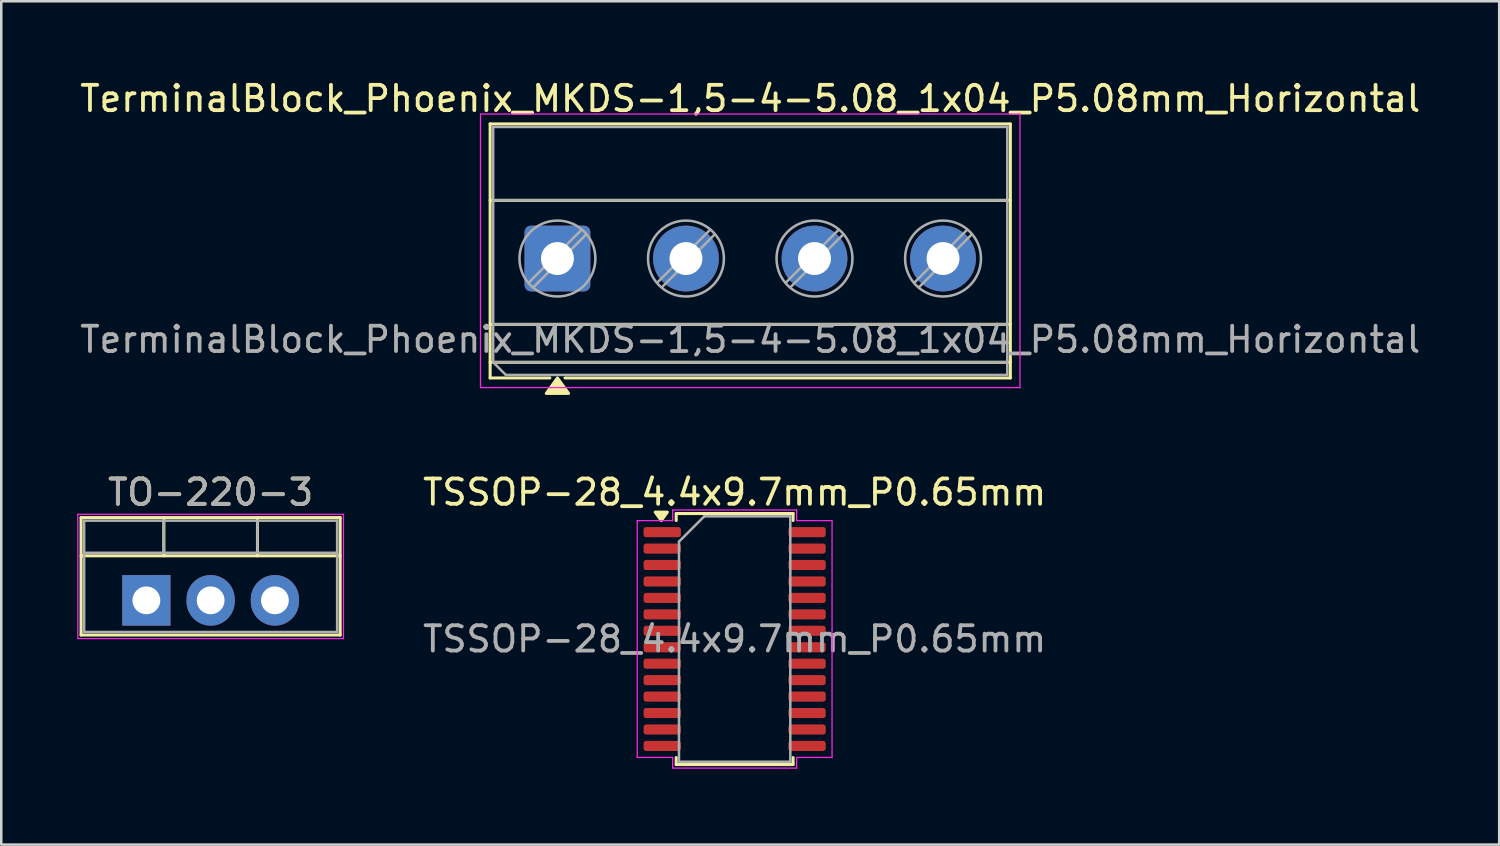
<source format=kicad_pcb>
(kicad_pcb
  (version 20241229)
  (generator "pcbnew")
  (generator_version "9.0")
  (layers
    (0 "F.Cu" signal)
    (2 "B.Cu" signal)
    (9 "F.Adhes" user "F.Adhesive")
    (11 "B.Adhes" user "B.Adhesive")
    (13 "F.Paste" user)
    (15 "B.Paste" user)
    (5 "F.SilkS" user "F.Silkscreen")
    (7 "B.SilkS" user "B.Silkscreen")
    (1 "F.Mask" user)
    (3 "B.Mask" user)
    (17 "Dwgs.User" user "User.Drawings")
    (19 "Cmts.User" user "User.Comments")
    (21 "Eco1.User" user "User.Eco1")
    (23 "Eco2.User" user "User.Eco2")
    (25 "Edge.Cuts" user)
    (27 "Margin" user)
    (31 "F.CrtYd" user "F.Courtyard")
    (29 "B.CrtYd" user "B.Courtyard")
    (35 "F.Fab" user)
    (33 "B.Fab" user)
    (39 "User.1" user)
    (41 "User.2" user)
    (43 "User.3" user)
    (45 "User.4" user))
  (footprint "TSSOP-28_4.4x9.7mm_P0.65mm"
    (layer "F.Cu")
    (at 25.985 22.206)
    (property "Reference" "TSSOP-28_4.4x9.7mm_P0.65mm" (at 0 -5.8 0) (layer "F.SilkS") (effects (font (size 1 1) (thickness 0.15))))
    (attr smd)
    (fp_line (start -2.31 -4.96) (end -2.31 -4.685) (stroke (width 0.12) (type solid)) (layer "F.SilkS"))
    (fp_line (start -2.31 4.96) (end -2.31 4.685) (stroke (width 0.12) (type solid)) (layer "F.SilkS"))
    (fp_line (start 0 -4.96) (end -2.31 -4.96) (stroke (width 0.12) (type solid)) (layer "F.SilkS"))
    (fp_line (start 0 -4.96) (end 2.31 -4.96) (stroke (width 0.12) (type solid)) (layer "F.SilkS"))
    (fp_line (start 0 4.96) (end -2.31 4.96) (stroke (width 0.12) (type solid)) (layer "F.SilkS"))
    (fp_line (start 0 4.96) (end 2.31 4.96) (stroke (width 0.12) (type solid)) (layer "F.SilkS"))
    (fp_line (start 2.31 -4.96) (end 2.31 -4.685) (stroke (width 0.12) (type solid)) (layer "F.SilkS"))
    (fp_line (start 2.31 4.96) (end 2.31 4.685) (stroke (width 0.12) (type solid)) (layer "F.SilkS"))
    (fp_poly (pts (xy -2.9 -4.685) (xy -3.14 -5.015) (xy -2.66 -5.015)) (stroke (width 0.12) (type solid)) (fill yes) (layer "F.SilkS"))
    (fp_line (start -3.85 -4.68) (end -2.45 -4.68) (stroke (width 0.05) (type solid)) (layer "F.CrtYd"))
    (fp_line (start -3.85 4.68) (end -3.85 -4.68) (stroke (width 0.05) (type solid)) (layer "F.CrtYd"))
    (fp_line (start -2.45 -5.1) (end 2.45 -5.1) (stroke (width 0.05) (type solid)) (layer "F.CrtYd"))
    (fp_line (start -2.45 -4.68) (end -2.45 -5.1) (stroke (width 0.05) (type solid)) (layer "F.CrtYd"))
    (fp_line (start -2.45 4.68) (end -3.85 4.68) (stroke (width 0.05) (type solid)) (layer "F.CrtYd"))
    (fp_line (start -2.45 5.1) (end -2.45 4.68) (stroke (width 0.05) (type solid)) (layer "F.CrtYd"))
    (fp_line (start 2.45 -5.1) (end 2.45 -4.68) (stroke (width 0.05) (type solid)) (layer "F.CrtYd"))
    (fp_line (start 2.45 -4.68) (end 3.85 -4.68) (stroke (width 0.05) (type solid)) (layer "F.CrtYd"))
    (fp_line (start 2.45 4.68) (end 2.45 5.1) (stroke (width 0.05) (type solid)) (layer "F.CrtYd"))
    (fp_line (start 2.45 5.1) (end -2.45 5.1) (stroke (width 0.05) (type solid)) (layer "F.CrtYd"))
    (fp_line (start 3.85 -4.68) (end 3.85 4.68) (stroke (width 0.05) (type solid)) (layer "F.CrtYd"))
    (fp_line (start 3.85 4.68) (end 2.45 4.68) (stroke (width 0.05) (type solid)) (layer "F.CrtYd"))
    (fp_line (start -2.2 -3.85) (end -1.2 -4.85) (stroke (width 0.1) (type solid)) (layer "F.Fab"))
    (fp_line (start -2.2 4.85) (end -2.2 -3.85) (stroke (width 0.1) (type solid)) (layer "F.Fab"))
    (fp_line (start -1.2 -4.85) (end 2.2 -4.85) (stroke (width 0.1) (type solid)) (layer "F.Fab"))
    (fp_line (start 2.2 -4.85) (end 2.2 4.85) (stroke (width 0.1) (type solid)) (layer "F.Fab"))
    (fp_line (start 2.2 4.85) (end -2.2 4.85) (stroke (width 0.1) (type solid)) (layer "F.Fab"))
    (fp_text user "${REFERENCE}" (at 0 0 0) (layer "F.Fab") (effects (font (size 1 1) (thickness 0.15))))
    (pad "1" smd roundrect (at -2.862 -4.225) (size 1.475 0.4) (layers "F.Cu" "F.Mask" "F.Paste") (roundrect_rratio 0.25))
    (pad "2" smd roundrect (at -2.862 -3.575) (size 1.475 0.4) (layers "F.Cu" "F.Mask" "F.Paste") (roundrect_rratio 0.25))
    (pad "3" smd roundrect (at -2.862 -2.925) (size 1.475 0.4) (layers "F.Cu" "F.Mask" "F.Paste") (roundrect_rratio 0.25))
    (pad "4" smd roundrect (at -2.862 -2.275) (size 1.475 0.4) (layers "F.Cu" "F.Mask" "F.Paste") (roundrect_rratio 0.25))
    (pad "5" smd roundrect (at -2.862 -1.625) (size 1.475 0.4) (layers "F.Cu" "F.Mask" "F.Paste") (roundrect_rratio 0.25))
    (pad "6" smd roundrect (at -2.862 -0.975) (size 1.475 0.4) (layers "F.Cu" "F.Mask" "F.Paste") (roundrect_rratio 0.25))
    (pad "7" smd roundrect (at -2.862 -0.325) (size 1.475 0.4) (layers "F.Cu" "F.Mask" "F.Paste") (roundrect_rratio 0.25))
    (pad "8" smd roundrect (at -2.862 0.325) (size 1.475 0.4) (layers "F.Cu" "F.Mask" "F.Paste") (roundrect_rratio 0.25))
    (pad "9" smd roundrect (at -2.862 0.975) (size 1.475 0.4) (layers "F.Cu" "F.Mask" "F.Paste") (roundrect_rratio 0.25))
    (pad "10" smd roundrect (at -2.862 1.625) (size 1.475 0.4) (layers "F.Cu" "F.Mask" "F.Paste") (roundrect_rratio 0.25))
    (pad "11" smd roundrect (at -2.862 2.275) (size 1.475 0.4) (layers "F.Cu" "F.Mask" "F.Paste") (roundrect_rratio 0.25))
    (pad "12" smd roundrect (at -2.862 2.925) (size 1.475 0.4) (layers "F.Cu" "F.Mask" "F.Paste") (roundrect_rratio 0.25))
    (pad "13" smd roundrect (at -2.862 3.575) (size 1.475 0.4) (layers "F.Cu" "F.Mask" "F.Paste") (roundrect_rratio 0.25))
    (pad "14" smd roundrect (at -2.862 4.225) (size 1.475 0.4) (layers "F.Cu" "F.Mask" "F.Paste") (roundrect_rratio 0.25))
    (pad "15" smd roundrect (at 2.862 4.225) (size 1.475 0.4) (layers "F.Cu" "F.Mask" "F.Paste") (roundrect_rratio 0.25))
    (pad "16" smd roundrect (at 2.862 3.575) (size 1.475 0.4) (layers "F.Cu" "F.Mask" "F.Paste") (roundrect_rratio 0.25))
    (pad "17" smd roundrect (at 2.862 2.925) (size 1.475 0.4) (layers "F.Cu" "F.Mask" "F.Paste") (roundrect_rratio 0.25))
    (pad "18" smd roundrect (at 2.862 2.275) (size 1.475 0.4) (layers "F.Cu" "F.Mask" "F.Paste") (roundrect_rratio 0.25))
    (pad "19" smd roundrect (at 2.862 1.625) (size 1.475 0.4) (layers "F.Cu" "F.Mask" "F.Paste") (roundrect_rratio 0.25))
    (pad "20" smd roundrect (at 2.862 0.975) (size 1.475 0.4) (layers "F.Cu" "F.Mask" "F.Paste") (roundrect_rratio 0.25))
    (pad "21" smd roundrect (at 2.862 0.325) (size 1.475 0.4) (layers "F.Cu" "F.Mask" "F.Paste") (roundrect_rratio 0.25))
    (pad "22" smd roundrect (at 2.862 -0.325) (size 1.475 0.4) (layers "F.Cu" "F.Mask" "F.Paste") (roundrect_rratio 0.25))
    (pad "23" smd roundrect (at 2.862 -0.975) (size 1.475 0.4) (layers "F.Cu" "F.Mask" "F.Paste") (roundrect_rratio 0.25))
    (pad "24" smd roundrect (at 2.862 -1.625) (size 1.475 0.4) (layers "F.Cu" "F.Mask" "F.Paste") (roundrect_rratio 0.25))
    (pad "25" smd roundrect (at 2.862 -2.275) (size 1.475 0.4) (layers "F.Cu" "F.Mask" "F.Paste") (roundrect_rratio 0.25))
    (pad "26" smd roundrect (at 2.862 -2.925) (size 1.475 0.4) (layers "F.Cu" "F.Mask" "F.Paste") (roundrect_rratio 0.25))
    (pad "27" smd roundrect (at 2.862 -3.575) (size 1.475 0.4) (layers "F.Cu" "F.Mask" "F.Paste") (roundrect_rratio 0.25))
    (pad "28" smd roundrect (at 2.862 -4.225) (size 1.475 0.4) (layers "F.Cu" "F.Mask" "F.Paste") (roundrect_rratio 0.25)))
  (footprint "TO-220-3"
    (layer "F.Cu")
    (at 2.735 20.677)
    (property "Reference" "TO-220-3" (at 2.54 -4.27 0) (layer "F.SilkS") (effects (font (size 1 1) (thickness 0.15))))
    (attr through_hole)
    (fp_line (start -2.58 -3.27) (end -2.58 1.371) (stroke (width 0.12) (type solid)) (layer "F.SilkS"))
    (fp_line (start -2.58 -3.27) (end 7.66 -3.27) (stroke (width 0.12) (type solid)) (layer "F.SilkS"))
    (fp_line (start -2.58 -1.76) (end 7.66 -1.76) (stroke (width 0.12) (type solid)) (layer "F.SilkS"))
    (fp_line (start -2.58 1.371) (end 7.66 1.371) (stroke (width 0.12) (type solid)) (layer "F.SilkS"))
    (fp_line (start 0.69 -3.27) (end 0.69 -1.76) (stroke (width 0.12) (type solid)) (layer "F.SilkS"))
    (fp_line (start 4.391 -3.27) (end 4.391 -1.76) (stroke (width 0.12) (type solid)) (layer "F.SilkS"))
    (fp_line (start 7.66 -3.27) (end 7.66 1.371) (stroke (width 0.12) (type solid)) (layer "F.SilkS"))
    (fp_line (start -2.71 -3.4) (end -2.71 1.51) (stroke (width 0.05) (type solid)) (layer "F.CrtYd"))
    (fp_line (start -2.71 1.51) (end 7.79 1.51) (stroke (width 0.05) (type solid)) (layer "F.CrtYd"))
    (fp_line (start 7.79 -3.4) (end -2.71 -3.4) (stroke (width 0.05) (type solid)) (layer "F.CrtYd"))
    (fp_line (start 7.79 1.51) (end 7.79 -3.4) (stroke (width 0.05) (type solid)) (layer "F.CrtYd"))
    (fp_line (start -2.46 -3.15) (end -2.46 1.25) (stroke (width 0.1) (type solid)) (layer "F.Fab"))
    (fp_line (start -2.46 -1.88) (end 7.54 -1.88) (stroke (width 0.1) (type solid)) (layer "F.Fab"))
    (fp_line (start -2.46 1.25) (end 7.54 1.25) (stroke (width 0.1) (type solid)) (layer "F.Fab"))
    (fp_line (start 0.69 -3.15) (end 0.69 -1.88) (stroke (width 0.1) (type solid)) (layer "F.Fab"))
    (fp_line (start 4.39 -3.15) (end 4.39 -1.88) (stroke (width 0.1) (type solid)) (layer "F.Fab"))
    (fp_line (start 7.54 -3.15) (end -2.46 -3.15) (stroke (width 0.1) (type solid)) (layer "F.Fab"))
    (fp_line (start 7.54 1.25) (end 7.54 -3.15) (stroke (width 0.1) (type solid)) (layer "F.Fab"))
    (fp_text user "${REFERENCE}" (at 2.54 -4.27 0) (layer "F.Fab") (effects (font (size 1 1) (thickness 0.15))))
    (pad "1" thru_hole rect (at 0 0) (size 1.905 2) (drill 1.1) (layers "*.Cu" "*.Mask"))
    (pad "2" thru_hole oval (at 2.54 0) (size 1.905 2) (drill 1.1) (layers "*.Cu" "*.Mask"))
    (pad "3" thru_hole oval (at 5.08 0) (size 1.905 2) (drill 1.1) (layers "*.Cu" "*.Mask")))
  (footprint "TerminalBlock_Phoenix_MKDS-1,5-4-5.08_1x04_P5.08mm_Horizontal"
    (layer "F.Cu")
    (at 18.981 7.168)
    (property "Reference" "TerminalBlock_Phoenix_MKDS-1,5-4-5.08_1x04_P5.08mm_Horizontal" (at 7.62 -6.32 0) (layer "F.SilkS") (effects (font (size 1 1) (thickness 0.15))))
    (attr through_hole)
    (fp_line (start -2.66 -5.32) (end -2.66 4.72) (stroke (width 0.12) (type solid)) (layer "F.SilkS"))
    (fp_line (start -2.66 -5.32) (end 17.9 -5.32) (stroke (width 0.12) (type solid)) (layer "F.SilkS"))
    (fp_line (start -2.66 -2.3) (end 17.9 -2.3) (stroke (width 0.12) (type solid)) (layer "F.SilkS"))
    (fp_line (start -2.66 2.6) (end 17.9 2.6) (stroke (width 0.12) (type solid)) (layer "F.SilkS"))
    (fp_line (start -2.66 4.1) (end 17.9 4.1) (stroke (width 0.12) (type solid)) (layer "F.SilkS"))
    (fp_line (start -2.66 4.72) (end -0.3 4.72) (stroke (width 0.12) (type solid)) (layer "F.SilkS"))
    (fp_line (start 0.3 4.72) (end 17.9 4.72) (stroke (width 0.12) (type solid)) (layer "F.SilkS"))
    (fp_line (start 17.9 -5.32) (end 17.9 4.72) (stroke (width 0.12) (type solid)) (layer "F.SilkS"))
    (fp_poly (pts (xy 0 4.72) (xy 0.44 5.33) (xy -0.44 5.33)) (stroke (width 0.12) (type solid)) (fill yes) (layer "F.SilkS"))
    (fp_line (start -3.04 -5.71) (end -3.04 5.1) (stroke (width 0.05) (type solid)) (layer "F.CrtYd"))
    (fp_line (start -3.04 5.1) (end 18.28 5.1) (stroke (width 0.05) (type solid)) (layer "F.CrtYd"))
    (fp_line (start 18.28 -5.71) (end -3.04 -5.71) (stroke (width 0.05) (type solid)) (layer "F.CrtYd"))
    (fp_line (start 18.28 5.1) (end 18.28 -5.71) (stroke (width 0.05) (type solid)) (layer "F.CrtYd"))
    (fp_line (start -2.54 -5.2) (end 17.78 -5.2) (stroke (width 0.1) (type solid)) (layer "F.Fab"))
    (fp_line (start -2.54 -2.3) (end 17.78 -2.3) (stroke (width 0.1) (type solid)) (layer "F.Fab"))
    (fp_line (start -2.54 2.6) (end 17.78 2.6) (stroke (width 0.1) (type solid)) (layer "F.Fab"))
    (fp_line (start -2.54 4.1) (end -2.54 -5.2) (stroke (width 0.1) (type solid)) (layer "F.Fab"))
    (fp_line (start -2.54 4.1) (end 17.78 4.1) (stroke (width 0.1) (type solid)) (layer "F.Fab"))
    (fp_line (start -2.04 4.6) (end -2.54 4.1) (stroke (width 0.1) (type solid)) (layer "F.Fab"))
    (fp_line (start 0.955 -1.138) (end -1.138 0.955) (stroke (width 0.1) (type solid)) (layer "F.Fab"))
    (fp_line (start 1.138 -0.955) (end -0.955 1.138) (stroke (width 0.1) (type solid)) (layer "F.Fab"))
    (fp_line (start 6.035 -1.138) (end 3.942 0.955) (stroke (width 0.1) (type solid)) (layer "F.Fab"))
    (fp_line (start 6.218 -0.955) (end 4.125 1.138) (stroke (width 0.1) (type solid)) (layer "F.Fab"))
    (fp_line (start 11.115 -1.138) (end 9.022 0.955) (stroke (width 0.1) (type solid)) (layer "F.Fab"))
    (fp_line (start 11.298 -0.955) (end 9.205 1.138) (stroke (width 0.1) (type solid)) (layer "F.Fab"))
    (fp_line (start 16.195 -1.138) (end 14.102 0.955) (stroke (width 0.1) (type solid)) (layer "F.Fab"))
    (fp_line (start 16.378 -0.955) (end 14.285 1.138) (stroke (width 0.1) (type solid)) (layer "F.Fab"))
    (fp_line (start 17.78 -5.2) (end 17.78 4.6) (stroke (width 0.1) (type solid)) (layer "F.Fab"))
    (fp_line (start 17.78 4.6) (end -2.04 4.6) (stroke (width 0.1) (type solid)) (layer "F.Fab"))
    (fp_circle (center 0 0) (end 1.5 0) (stroke (width 0.1) (type solid)) (fill no) (layer "F.Fab"))
    (fp_circle (center 5.08 0) (end 6.58 0) (stroke (width 0.1) (type solid)) (fill no) (layer "F.Fab"))
    (fp_circle (center 10.16 0) (end 11.66 0) (stroke (width 0.1) (type solid)) (fill no) (layer "F.Fab"))
    (fp_circle (center 15.24 0) (end 16.74 0) (stroke (width 0.1) (type solid)) (fill no) (layer "F.Fab"))
    (fp_text user "${REFERENCE}" (at 7.62 3.2 0) (layer "F.Fab") (effects (font (size 1 1) (thickness 0.15))))
    (pad "1" thru_hole roundrect (at 0 0) (size 2.6 2.6) (drill 1.3) (layers "*.Cu" "*.Mask") (roundrect_rratio 0.096))
    (pad "2" thru_hole circle (at 5.08 0) (size 2.6 2.6) (drill 1.3) (layers "*.Cu" "*.Mask"))
    (pad "3" thru_hole circle (at 10.16 0) (size 2.6 2.6) (drill 1.3) (layers "*.Cu" "*.Mask"))
    (pad "4" thru_hole circle (at 15.24 0) (size 2.6 2.6) (drill 1.3) (layers "*.Cu" "*.Mask")))
  (gr_rect
    (start -3 -3)
    (end 56.202 30.331)
    (stroke (width 0.1) (type default))
    (fill no)
    (layer "Edge.Cuts")))
</source>
